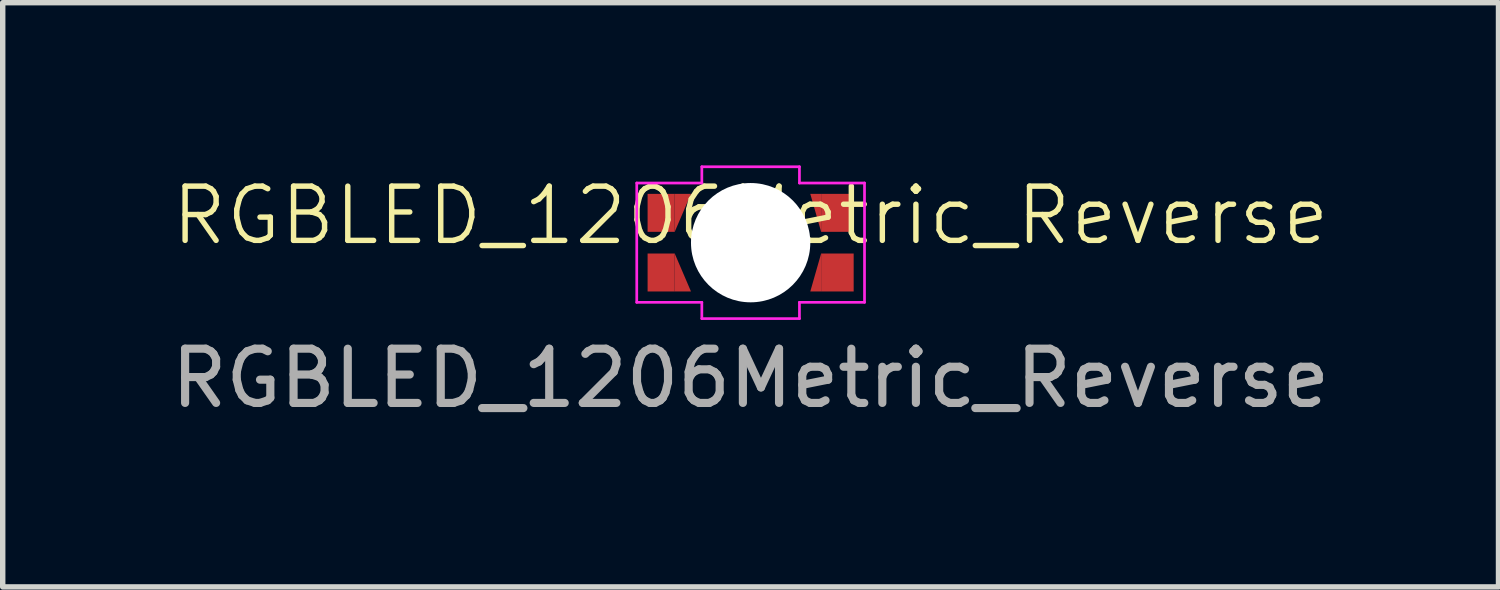
<source format=kicad_pcb>
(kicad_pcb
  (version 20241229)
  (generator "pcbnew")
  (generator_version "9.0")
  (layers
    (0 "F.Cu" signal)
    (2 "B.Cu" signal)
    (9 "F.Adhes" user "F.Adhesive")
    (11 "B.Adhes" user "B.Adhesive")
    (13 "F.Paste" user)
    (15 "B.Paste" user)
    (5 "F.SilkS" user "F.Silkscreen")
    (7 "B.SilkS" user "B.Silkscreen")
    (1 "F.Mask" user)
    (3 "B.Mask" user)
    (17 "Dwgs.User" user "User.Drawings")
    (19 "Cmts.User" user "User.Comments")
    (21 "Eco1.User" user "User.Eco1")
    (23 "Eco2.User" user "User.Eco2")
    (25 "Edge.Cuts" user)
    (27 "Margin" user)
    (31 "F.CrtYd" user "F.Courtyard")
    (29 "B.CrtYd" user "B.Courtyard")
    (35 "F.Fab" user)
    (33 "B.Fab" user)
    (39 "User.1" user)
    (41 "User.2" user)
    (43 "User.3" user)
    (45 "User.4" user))
  (footprint "RGBLED_1206Metric_Reverse"
    (layer "F.Cu")
    (at 10.792 1.425)
    (property "Reference" "RGBLED_1206Metric_Reverse" (at 0 -0.5 0) (unlocked yes) (layer "F.SilkS") (effects (font (size 1 1) (thickness 0.1))))
    (attr smd)
    (fp_poly (pts (xy -1.4 -0.9) (xy -1.1 -0.9) (xy -1.4 -0.2)) (stroke (width 0) (type solid)) (fill yes) (layer "F.Cu"))
    (fp_poly (pts (xy -1.4 0.9) (xy -1.1 0.9) (xy -1.4 0.2)) (stroke (width 0) (type solid)) (fill yes) (layer "F.Cu"))
    (fp_poly (pts (xy 1.3 -0.9) (xy 1.1 -0.9) (xy 1.3 -0.2)) (stroke (width 0) (type solid)) (fill yes) (layer "F.Cu"))
    (fp_poly (pts (xy 1.3 0.9) (xy 1.1 0.9) (xy 1.3 0.2)) (stroke (width 0) (type solid)) (fill yes) (layer "F.Cu"))
    (fp_line (start -2.1 -1.1) (end -2.1 1.1) (stroke (width 0.05) (type default)) (layer "F.CrtYd"))
    (fp_line (start -2.1 1.1) (end -0.9 1.1) (stroke (width 0.05) (type default)) (layer "F.CrtYd"))
    (fp_line (start -0.9 -1.4) (end -0.9 -1.1) (stroke (width 0.05) (type default)) (layer "F.CrtYd"))
    (fp_line (start -0.9 -1.1) (end -2.1 -1.1) (stroke (width 0.05) (type default)) (layer "F.CrtYd"))
    (fp_line (start -0.9 1.4) (end -0.9 1.1) (stroke (width 0.05) (type default)) (layer "F.CrtYd"))
    (fp_line (start -0.9 1.4) (end 0.9 1.4) (stroke (width 0.05) (type default)) (layer "F.CrtYd"))
    (fp_line (start 0.9 -1.4) (end -0.9 -1.4) (stroke (width 0.05) (type default)) (layer "F.CrtYd"))
    (fp_line (start 0.9 -1.4) (end 0.9 -1.1) (stroke (width 0.05) (type default)) (layer "F.CrtYd"))
    (fp_line (start 0.9 1.1) (end 0.9 1.4) (stroke (width 0.05) (type default)) (layer "F.CrtYd"))
    (fp_line (start 0.9 1.1) (end 2.1 1.1) (stroke (width 0.05) (type default)) (layer "F.CrtYd"))
    (fp_line (start 2.1 -1.1) (end 0.9 -1.1) (stroke (width 0.05) (type default)) (layer "F.CrtYd"))
    (fp_line (start 2.1 1.1) (end 2.1 -1.1) (stroke (width 0.05) (type default)) (layer "F.CrtYd"))
    (fp_text user "${REFERENCE}" (at 0 2.5 0) (unlocked yes) (layer "F.Fab") (effects (font (size 1 1) (thickness 0.15))))
    (pad "" np_thru_hole circle (at 0 0) (size 2.2 2.2) (drill 2.2) (layers "*.Cu" "*.Mask"))
    (pad "1" smd rect (at -1.65 -0.55) (size 0.5 0.7) (layers "F.Cu" "F.Mask" "F.Paste"))
    (pad "2" smd rect (at 1.6 -0.55) (size 0.6 0.7) (layers "F.Cu" "F.Mask" "F.Paste"))
    (pad "3" smd rect (at -1.65 0.55) (size 0.5 0.7) (layers "F.Cu" "F.Mask" "F.Paste"))
    (pad "4" smd rect (at 1.6 0.55) (size 0.6 0.7) (layers "F.Cu" "F.Mask" "F.Paste")))
  (gr_rect
    (start -3 -3)
    (end 24.583 7.773)
    (stroke (width 0.1) (type default))
    (fill no)
    (layer "Edge.Cuts")))
</source>
